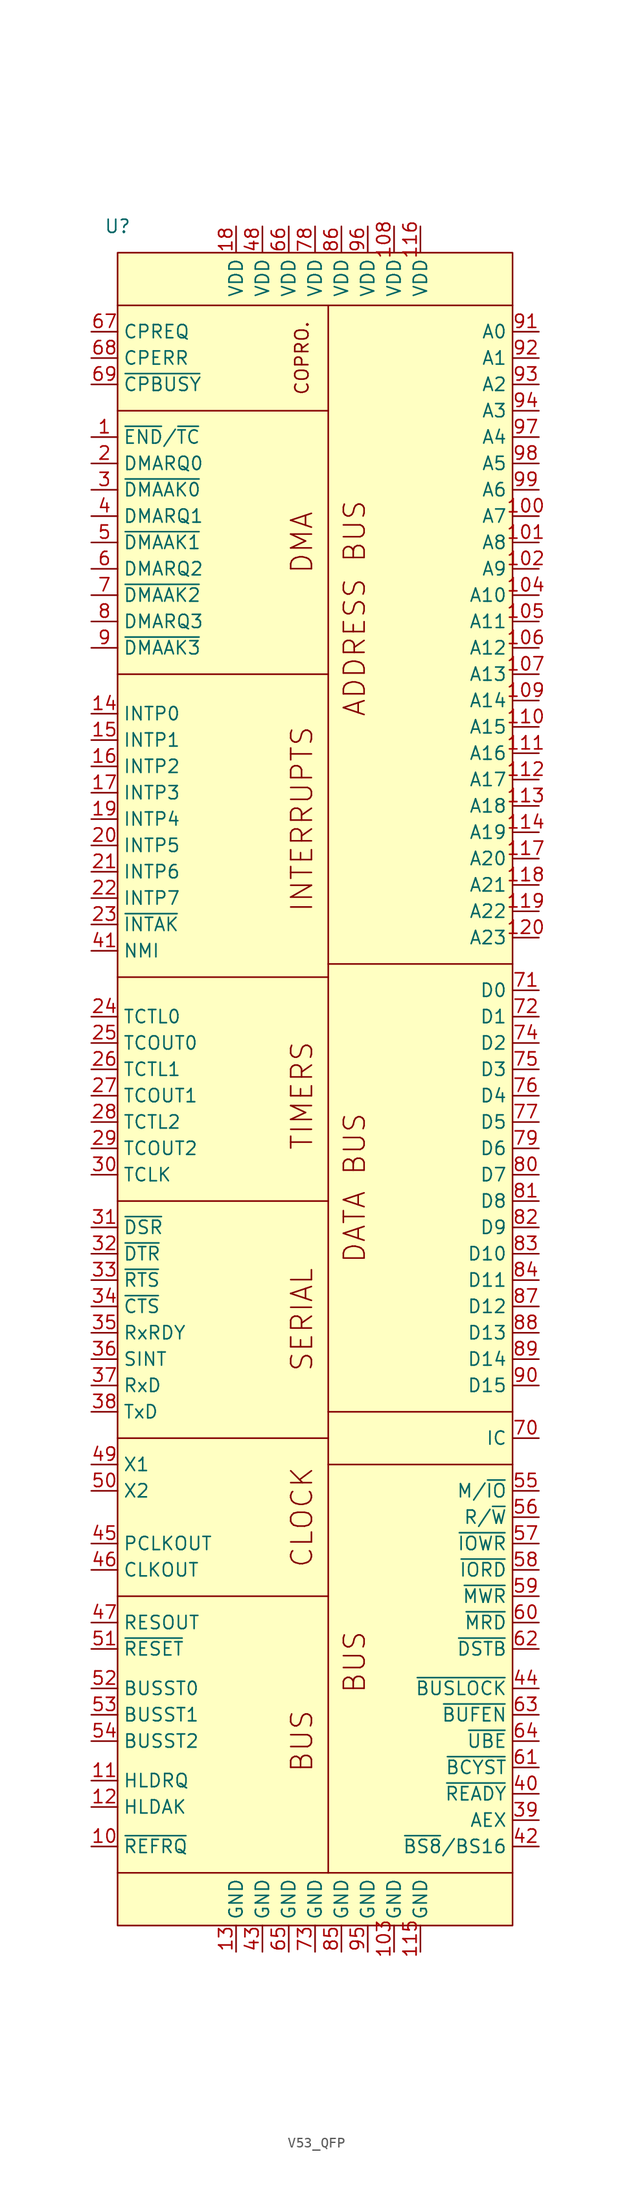
<source format=kicad_sym>
(kicad_symbol_lib
  (version 20220914)
  (generator kicad_symbol_editor)
  (symbol "V53_QFP"
    (property "Reference" "U"
      (at 0 163.83 0)
      (effects (font (size 1.27 1.27))))
    (property "Value" ""
      (at 0 66.04 0)
      (effects (font (size 1.27 1.27))))
    (symbol "V53_QFP_1_1"
      (polyline (pts (xy 0 5.08) (xy 38.1 5.08)) (stroke (width 0) (type default)) (fill (type none)))
      (polyline (pts (xy 0 31.75) (xy 20.32 31.75)) (stroke (width 0) (type default)) (fill (type none)))
      (polyline (pts (xy 0 46.99) (xy 20.32 46.99)) (stroke (width 0) (type default)) (fill (type none)))
      (polyline (pts (xy 0 69.85) (xy 20.32 69.85)) (stroke (width 0) (type default)) (fill (type none)))
      (polyline (pts (xy 0 91.44) (xy 20.32 91.44)) (stroke (width 0) (type default)) (fill (type none)))
      (polyline (pts (xy 0 120.65) (xy 20.32 120.65)) (stroke (width 0) (type default)) (fill (type none)))
      (polyline (pts (xy 0 146.05) (xy 20.32 146.05)) (stroke (width 0) (type default)) (fill (type none)))
      (polyline (pts (xy 0 156.21) (xy 38.1 156.21)) (stroke (width 0) (type default)) (fill (type none)))
      (polyline (pts (xy 20.32 156.21) (xy 20.32 5.08)) (stroke (width 0) (type default)) (fill (type none)))
      (polyline (pts (xy 38.1 44.45) (xy 20.32 44.45)) (stroke (width 0) (type default)) (fill (type none)))
      (polyline (pts (xy 38.1 49.53) (xy 20.32 49.53)) (stroke (width 0) (type default)) (fill (type none)))
      (polyline (pts (xy 38.1 92.71) (xy 20.32 92.71)) (stroke (width 0) (type default)) (fill (type none)))
      (rectangle (start 0 161.29) (end 38.1 0) (stroke (width 0) (type default)) (fill (type background)))
      (text "ADDRESS BUS" (at 22.86 127 900) (effects (font (size 2 2))))
      (text "BUS" (at 17.78 17.78 900) (effects (font (size 2 2))))
      (text "BUS" (at 22.86 25.4 900) (effects (font (size 2 2))))
      (text "CLOCK" (at 17.78 39.37 900) (effects (font (size 2 2))))
      (text "COPRO." (at 17.78 151.13 900) (effects (font (size 1.27 1.27))))
      (text "DATA BUS" (at 22.86 71.12 900) (effects (font (size 2 2))))
      (text "DMA" (at 17.78 133.35 900) (effects (font (size 2 2))))
      (text "INTERRUPTS" (at 17.78 106.68 900) (effects (font (size 2 2))))
      (text "SERIAL" (at 17.78 58.42 900) (effects (font (size 2 2))))
      (text "TIMERS" (at 17.78 80.01 900) (effects (font (size 2 2))))
      (pin bidirectional line (at -2.54 143.51 0) (length 2.54) (name "~{END}/~{TC}" (effects (font (size 1.27 1.27)))) (number "1" (effects (font (size 1.27 1.27)))))
      (pin output line (at -2.54 7.62 0) (length 2.54) (name "~{REFRQ}" (effects (font (size 1.27 1.27)))) (number "10" (effects (font (size 1.27 1.27)))))
      (pin output line (at 40.64 135.89 180) (length 2.54) (name "A7" (effects (font (size 1.27 1.27)))) (number "100" (effects (font (size 1.27 1.27)))))
      (pin output line (at 40.64 133.35 180) (length 2.54) (name "A8" (effects (font (size 1.27 1.27)))) (number "101" (effects (font (size 1.27 1.27)))))
      (pin output line (at 40.64 130.81 180) (length 2.54) (name "A9" (effects (font (size 1.27 1.27)))) (number "102" (effects (font (size 1.27 1.27)))))
      (pin power_in line (at 26.67 -2.54 90) (length 2.54) (name "GND" (effects (font (size 1.27 1.27)))) (number "103" (effects (font (size 1.27 1.27)))))
      (pin output line (at 40.64 128.27 180) (length 2.54) (name "A10" (effects (font (size 1.27 1.27)))) (number "104" (effects (font (size 1.27 1.27)))))
      (pin output line (at 40.64 125.73 180) (length 2.54) (name "A11" (effects (font (size 1.27 1.27)))) (number "105" (effects (font (size 1.27 1.27)))))
      (pin output line (at 40.64 123.19 180) (length 2.54) (name "A12" (effects (font (size 1.27 1.27)))) (number "106" (effects (font (size 1.27 1.27)))))
      (pin output line (at 40.64 120.65 180) (length 2.54) (name "A13" (effects (font (size 1.27 1.27)))) (number "107" (effects (font (size 1.27 1.27)))))
      (pin power_in line (at 26.67 163.83 270) (length 2.54) (name "VDD" (effects (font (size 1.27 1.27)))) (number "108" (effects (font (size 1.27 1.27)))))
      (pin output line (at 40.64 118.11 180) (length 2.54) (name "A14" (effects (font (size 1.27 1.27)))) (number "109" (effects (font (size 1.27 1.27)))))
      (pin input line (at -2.54 13.97 0) (length 2.54) (name "HLDRQ" (effects (font (size 1.27 1.27)))) (number "11" (effects (font (size 1.27 1.27)))))
      (pin output line (at 40.64 115.57 180) (length 2.54) (name "A15" (effects (font (size 1.27 1.27)))) (number "110" (effects (font (size 1.27 1.27)))))
      (pin output line (at 40.64 113.03 180) (length 2.54) (name "A16" (effects (font (size 1.27 1.27)))) (number "111" (effects (font (size 1.27 1.27)))))
      (pin output line (at 40.64 110.49 180) (length 2.54) (name "A17" (effects (font (size 1.27 1.27)))) (number "112" (effects (font (size 1.27 1.27)))))
      (pin output line (at 40.64 107.95 180) (length 2.54) (name "A18" (effects (font (size 1.27 1.27)))) (number "113" (effects (font (size 1.27 1.27)))))
      (pin output line (at 40.64 105.41 180) (length 2.54) (name "A19" (effects (font (size 1.27 1.27)))) (number "114" (effects (font (size 1.27 1.27)))))
      (pin power_in line (at 29.21 -2.54 90) (length 2.54) (name "GND" (effects (font (size 1.27 1.27)))) (number "115" (effects (font (size 1.27 1.27)))))
      (pin power_in line (at 29.21 163.83 270) (length 2.54) (name "VDD" (effects (font (size 1.27 1.27)))) (number "116" (effects (font (size 1.27 1.27)))))
      (pin output line (at 40.64 102.87 180) (length 2.54) (name "A20" (effects (font (size 1.27 1.27)))) (number "117" (effects (font (size 1.27 1.27)))))
      (pin output line (at 40.64 100.33 180) (length 2.54) (name "A21" (effects (font (size 1.27 1.27)))) (number "118" (effects (font (size 1.27 1.27)))))
      (pin output line (at 40.64 97.79 180) (length 2.54) (name "A22" (effects (font (size 1.27 1.27)))) (number "119" (effects (font (size 1.27 1.27)))))
      (pin output line (at -2.54 11.43 0) (length 2.54) (name "HLDAK" (effects (font (size 1.27 1.27)))) (number "12" (effects (font (size 1.27 1.27)))))
      (pin output line (at 40.64 95.25 180) (length 2.54) (name "A23" (effects (font (size 1.27 1.27)))) (number "120" (effects (font (size 1.27 1.27)))))
      (pin power_in line (at 11.43 -2.54 90) (length 2.54) (name "GND" (effects (font (size 1.27 1.27)))) (number "13" (effects (font (size 1.27 1.27)))))
      (pin input line (at -2.54 116.84 0) (length 2.54) (name "INTP0" (effects (font (size 1.27 1.27)))) (number "14" (effects (font (size 1.27 1.27)))))
      (pin input line (at -2.54 114.3 0) (length 2.54) (name "INTP1" (effects (font (size 1.27 1.27)))) (number "15" (effects (font (size 1.27 1.27)))))
      (pin input line (at -2.54 111.76 0) (length 2.54) (name "INTP2" (effects (font (size 1.27 1.27)))) (number "16" (effects (font (size 1.27 1.27)))))
      (pin input line (at -2.54 109.22 0) (length 2.54) (name "INTP3" (effects (font (size 1.27 1.27)))) (number "17" (effects (font (size 1.27 1.27)))))
      (pin power_in line (at 11.43 163.83 270) (length 2.54) (name "VDD" (effects (font (size 1.27 1.27)))) (number "18" (effects (font (size 1.27 1.27)))))
      (pin input line (at -2.54 106.68 0) (length 2.54) (name "INTP4" (effects (font (size 1.27 1.27)))) (number "19" (effects (font (size 1.27 1.27)))))
      (pin input line (at -2.54 140.97 0) (length 2.54) (name "DMARQ0" (effects (font (size 1.27 1.27)))) (number "2" (effects (font (size 1.27 1.27)))))
      (pin input line (at -2.54 104.14 0) (length 2.54) (name "INTP5" (effects (font (size 1.27 1.27)))) (number "20" (effects (font (size 1.27 1.27)))))
      (pin input line (at -2.54 101.6 0) (length 2.54) (name "INTP6" (effects (font (size 1.27 1.27)))) (number "21" (effects (font (size 1.27 1.27)))))
      (pin input line (at -2.54 99.06 0) (length 2.54) (name "INTP7" (effects (font (size 1.27 1.27)))) (number "22" (effects (font (size 1.27 1.27)))))
      (pin output line (at -2.54 96.52 0) (length 2.54) (name "~{INTAK}" (effects (font (size 1.27 1.27)))) (number "23" (effects (font (size 1.27 1.27)))))
      (pin input line (at -2.54 87.63 0) (length 2.54) (name "TCTL0" (effects (font (size 1.27 1.27)))) (number "24" (effects (font (size 1.27 1.27)))))
      (pin output line (at -2.54 85.09 0) (length 2.54) (name "TCOUT0" (effects (font (size 1.27 1.27)))) (number "25" (effects (font (size 1.27 1.27)))))
      (pin input line (at -2.54 82.55 0) (length 2.54) (name "TCTL1" (effects (font (size 1.27 1.27)))) (number "26" (effects (font (size 1.27 1.27)))))
      (pin output line (at -2.54 80.01 0) (length 2.54) (name "TCOUT1" (effects (font (size 1.27 1.27)))) (number "27" (effects (font (size 1.27 1.27)))))
      (pin input line (at -2.54 77.47 0) (length 2.54) (name "TCTL2" (effects (font (size 1.27 1.27)))) (number "28" (effects (font (size 1.27 1.27)))))
      (pin output line (at -2.54 74.93 0) (length 2.54) (name "TCOUT2" (effects (font (size 1.27 1.27)))) (number "29" (effects (font (size 1.27 1.27)))))
      (pin output line (at -2.54 138.43 0) (length 2.54) (name "~{DMAAK0}" (effects (font (size 1.27 1.27)))) (number "3" (effects (font (size 1.27 1.27)))))
      (pin input line (at -2.54 72.39 0) (length 2.54) (name "TCLK" (effects (font (size 1.27 1.27)))) (number "30" (effects (font (size 1.27 1.27)))))
      (pin input line (at -2.54 67.31 0) (length 2.54) (name "~{DSR}" (effects (font (size 1.27 1.27)))) (number "31" (effects (font (size 1.27 1.27)))))
      (pin output line (at -2.54 64.77 0) (length 2.54) (name "~{DTR}" (effects (font (size 1.27 1.27)))) (number "32" (effects (font (size 1.27 1.27)))))
      (pin output line (at -2.54 62.23 0) (length 2.54) (name "~{RTS}" (effects (font (size 1.27 1.27)))) (number "33" (effects (font (size 1.27 1.27)))))
      (pin output line (at -2.54 59.69 0) (length 2.54) (name "~{CTS}" (effects (font (size 1.27 1.27)))) (number "34" (effects (font (size 1.27 1.27)))))
      (pin output line (at -2.54 57.15 0) (length 2.54) (name "RxRDY" (effects (font (size 1.27 1.27)))) (number "35" (effects (font (size 1.27 1.27)))))
      (pin output line (at -2.54 54.61 0) (length 2.54) (name "SINT" (effects (font (size 1.27 1.27)))) (number "36" (effects (font (size 1.27 1.27)))))
      (pin input line (at -2.54 52.07 0) (length 2.54) (name "RxD" (effects (font (size 1.27 1.27)))) (number "37" (effects (font (size 1.27 1.27)))))
      (pin output line (at -2.54 49.53 0) (length 2.54) (name "TxD" (effects (font (size 1.27 1.27)))) (number "38" (effects (font (size 1.27 1.27)))))
      (pin output line (at 40.64 10.16 180) (length 2.54) (name "AEX" (effects (font (size 1.27 1.27)))) (number "39" (effects (font (size 1.27 1.27)))))
      (pin input line (at -2.54 135.89 0) (length 2.54) (name "DMARQ1" (effects (font (size 1.27 1.27)))) (number "4" (effects (font (size 1.27 1.27)))))
      (pin input line (at 40.64 12.7 180) (length 2.54) (name "~{READY}" (effects (font (size 1.27 1.27)))) (number "40" (effects (font (size 1.27 1.27)))))
      (pin input line (at -2.54 93.98 0) (length 2.54) (name "NMI" (effects (font (size 1.27 1.27)))) (number "41" (effects (font (size 1.27 1.27)))))
      (pin input line (at 40.64 7.62 180) (length 2.54) (name "~{BS8}/BS16" (effects (font (size 1.27 1.27)))) (number "42" (effects (font (size 1.27 1.27)))))
      (pin power_in line (at 13.97 -2.54 90) (length 2.54) (name "GND" (effects (font (size 1.27 1.27)))) (number "43" (effects (font (size 1.27 1.27)))))
      (pin output line (at 40.64 22.86 180) (length 2.54) (name "~{BUSLOCK}" (effects (font (size 1.27 1.27)))) (number "44" (effects (font (size 1.27 1.27)))))
      (pin output line (at -2.54 36.83 0) (length 2.54) (name "PCLKOUT" (effects (font (size 1.27 1.27)))) (number "45" (effects (font (size 1.27 1.27)))))
      (pin output line (at -2.54 34.29 0) (length 2.54) (name "CLKOUT" (effects (font (size 1.27 1.27)))) (number "46" (effects (font (size 1.27 1.27)))))
      (pin output line (at -2.54 29.21 0) (length 2.54) (name "RESOUT" (effects (font (size 1.27 1.27)))) (number "47" (effects (font (size 1.27 1.27)))))
      (pin power_in line (at 13.97 163.83 270) (length 2.54) (name "VDD" (effects (font (size 1.27 1.27)))) (number "48" (effects (font (size 1.27 1.27)))))
      (pin unspecified line (at -2.54 44.45 0) (length 2.54) (name "X1" (effects (font (size 1.27 1.27)))) (number "49" (effects (font (size 1.27 1.27)))))
      (pin output line (at -2.54 133.35 0) (length 2.54) (name "~{DMAAK1}" (effects (font (size 1.27 1.27)))) (number "5" (effects (font (size 1.27 1.27)))))
      (pin unspecified line (at -2.54 41.91 0) (length 2.54) (name "X2" (effects (font (size 1.27 1.27)))) (number "50" (effects (font (size 1.27 1.27)))))
      (pin input line (at -2.54 26.67 0) (length 2.54) (name "~{RESET}" (effects (font (size 1.27 1.27)))) (number "51" (effects (font (size 1.27 1.27)))))
      (pin output line (at -2.54 22.86 0) (length 2.54) (name "BUSST0" (effects (font (size 1.27 1.27)))) (number "52" (effects (font (size 1.27 1.27)))))
      (pin output line (at -2.54 20.32 0) (length 2.54) (name "BUSST1" (effects (font (size 1.27 1.27)))) (number "53" (effects (font (size 1.27 1.27)))))
      (pin output line (at -2.54 17.78 0) (length 2.54) (name "BUSST2" (effects (font (size 1.27 1.27)))) (number "54" (effects (font (size 1.27 1.27)))))
      (pin output line (at 40.64 41.91 180) (length 2.54) (name "M/~{IO}" (effects (font (size 1.27 1.27)))) (number "55" (effects (font (size 1.27 1.27)))))
      (pin output line (at 40.64 39.37 180) (length 2.54) (name "R/~{W}" (effects (font (size 1.27 1.27)))) (number "56" (effects (font (size 1.27 1.27)))))
      (pin output line (at 40.64 36.83 180) (length 2.54) (name "~{IOWR}" (effects (font (size 1.27 1.27)))) (number "57" (effects (font (size 1.27 1.27)))))
      (pin output line (at 40.64 34.29 180) (length 2.54) (name "~{IORD}" (effects (font (size 1.27 1.27)))) (number "58" (effects (font (size 1.27 1.27)))))
      (pin output line (at 40.64 31.75 180) (length 2.54) (name "~{MWR}" (effects (font (size 1.27 1.27)))) (number "59" (effects (font (size 1.27 1.27)))))
      (pin input line (at -2.54 130.81 0) (length 2.54) (name "DMARQ2" (effects (font (size 1.27 1.27)))) (number "6" (effects (font (size 1.27 1.27)))))
      (pin output line (at 40.64 29.21 180) (length 2.54) (name "~{MRD}" (effects (font (size 1.27 1.27)))) (number "60" (effects (font (size 1.27 1.27)))))
      (pin output line (at 40.64 15.24 180) (length 2.54) (name "~{BCYST}" (effects (font (size 1.27 1.27)))) (number "61" (effects (font (size 1.27 1.27)))))
      (pin output line (at 40.64 26.67 180) (length 2.54) (name "~{DSTB}" (effects (font (size 1.27 1.27)))) (number "62" (effects (font (size 1.27 1.27)))))
      (pin output line (at 40.64 20.32 180) (length 2.54) (name "~{BUFEN}" (effects (font (size 1.27 1.27)))) (number "63" (effects (font (size 1.27 1.27)))))
      (pin output line (at 40.64 17.78 180) (length 2.54) (name "~{UBE}" (effects (font (size 1.27 1.27)))) (number "64" (effects (font (size 1.27 1.27)))))
      (pin power_in line (at 16.51 -2.54 90) (length 2.54) (name "GND" (effects (font (size 1.27 1.27)))) (number "65" (effects (font (size 1.27 1.27)))))
      (pin power_in line (at 16.51 163.83 270) (length 2.54) (name "VDD" (effects (font (size 1.27 1.27)))) (number "66" (effects (font (size 1.27 1.27)))))
      (pin input line (at -2.54 153.67 0) (length 2.54) (name "CPREQ" (effects (font (size 1.27 1.27)))) (number "67" (effects (font (size 1.27 1.27)))))
      (pin input line (at -2.54 151.13 0) (length 2.54) (name "CPERR" (effects (font (size 1.27 1.27)))) (number "68" (effects (font (size 1.27 1.27)))))
      (pin input line (at -2.54 148.59 0) (length 2.54) (name "~{CPBUSY}" (effects (font (size 1.27 1.27)))) (number "69" (effects (font (size 1.27 1.27)))))
      (pin output line (at -2.54 128.27 0) (length 2.54) (name "~{DMAAK2}" (effects (font (size 1.27 1.27)))) (number "7" (effects (font (size 1.27 1.27)))))
      (pin unspecified line (at 40.64 46.99 180) (length 2.54) (name "IC" (effects (font (size 1.27 1.27)))) (number "70" (effects (font (size 1.27 1.27)))))
      (pin bidirectional line (at 40.64 90.17 180) (length 2.54) (name "D0" (effects (font (size 1.27 1.27)))) (number "71" (effects (font (size 1.27 1.27)))))
      (pin bidirectional line (at 40.64 87.63 180) (length 2.54) (name "D1" (effects (font (size 1.27 1.27)))) (number "72" (effects (font (size 1.27 1.27)))))
      (pin power_in line (at 19.05 -2.54 90) (length 2.54) (name "GND" (effects (font (size 1.27 1.27)))) (number "73" (effects (font (size 1.27 1.27)))))
      (pin bidirectional line (at 40.64 85.09 180) (length 2.54) (name "D2" (effects (font (size 1.27 1.27)))) (number "74" (effects (font (size 1.27 1.27)))))
      (pin bidirectional line (at 40.64 82.55 180) (length 2.54) (name "D3" (effects (font (size 1.27 1.27)))) (number "75" (effects (font (size 1.27 1.27)))))
      (pin bidirectional line (at 40.64 80.01 180) (length 2.54) (name "D4" (effects (font (size 1.27 1.27)))) (number "76" (effects (font (size 1.27 1.27)))))
      (pin bidirectional line (at 40.64 77.47 180) (length 2.54) (name "D5" (effects (font (size 1.27 1.27)))) (number "77" (effects (font (size 1.27 1.27)))))
      (pin power_in line (at 19.05 163.83 270) (length 2.54) (name "VDD" (effects (font (size 1.27 1.27)))) (number "78" (effects (font (size 1.27 1.27)))))
      (pin bidirectional line (at 40.64 74.93 180) (length 2.54) (name "D6" (effects (font (size 1.27 1.27)))) (number "79" (effects (font (size 1.27 1.27)))))
      (pin input line (at -2.54 125.73 0) (length 2.54) (name "DMARQ3" (effects (font (size 1.27 1.27)))) (number "8" (effects (font (size 1.27 1.27)))))
      (pin bidirectional line (at 40.64 72.39 180) (length 2.54) (name "D7" (effects (font (size 1.27 1.27)))) (number "80" (effects (font (size 1.27 1.27)))))
      (pin bidirectional line (at 40.64 69.85 180) (length 2.54) (name "D8" (effects (font (size 1.27 1.27)))) (number "81" (effects (font (size 1.27 1.27)))))
      (pin bidirectional line (at 40.64 67.31 180) (length 2.54) (name "D9" (effects (font (size 1.27 1.27)))) (number "82" (effects (font (size 1.27 1.27)))))
      (pin bidirectional line (at 40.64 64.77 180) (length 2.54) (name "D10" (effects (font (size 1.27 1.27)))) (number "83" (effects (font (size 1.27 1.27)))))
      (pin bidirectional line (at 40.64 62.23 180) (length 2.54) (name "D11" (effects (font (size 1.27 1.27)))) (number "84" (effects (font (size 1.27 1.27)))))
      (pin power_in line (at 21.59 -2.54 90) (length 2.54) (name "GND" (effects (font (size 1.27 1.27)))) (number "85" (effects (font (size 1.27 1.27)))))
      (pin power_in line (at 21.59 163.83 270) (length 2.54) (name "VDD" (effects (font (size 1.27 1.27)))) (number "86" (effects (font (size 1.27 1.27)))))
      (pin bidirectional line (at 40.64 59.69 180) (length 2.54) (name "D12" (effects (font (size 1.27 1.27)))) (number "87" (effects (font (size 1.27 1.27)))))
      (pin bidirectional line (at 40.64 57.15 180) (length 2.54) (name "D13" (effects (font (size 1.27 1.27)))) (number "88" (effects (font (size 1.27 1.27)))))
      (pin bidirectional line (at 40.64 54.61 180) (length 2.54) (name "D14" (effects (font (size 1.27 1.27)))) (number "89" (effects (font (size 1.27 1.27)))))
      (pin output line (at -2.54 123.19 0) (length 2.54) (name "~{DMAAK3}" (effects (font (size 1.27 1.27)))) (number "9" (effects (font (size 1.27 1.27)))))
      (pin bidirectional line (at 40.64 52.07 180) (length 2.54) (name "D15" (effects (font (size 1.27 1.27)))) (number "90" (effects (font (size 1.27 1.27)))))
      (pin output line (at 40.64 153.67 180) (length 2.54) (name "A0" (effects (font (size 1.27 1.27)))) (number "91" (effects (font (size 1.27 1.27)))))
      (pin output line (at 40.64 151.13 180) (length 2.54) (name "A1" (effects (font (size 1.27 1.27)))) (number "92" (effects (font (size 1.27 1.27)))))
      (pin output line (at 40.64 148.59 180) (length 2.54) (name "A2" (effects (font (size 1.27 1.27)))) (number "93" (effects (font (size 1.27 1.27)))))
      (pin output line (at 40.64 146.05 180) (length 2.54) (name "A3" (effects (font (size 1.27 1.27)))) (number "94" (effects (font (size 1.27 1.27)))))
      (pin power_in line (at 24.13 -2.54 90) (length 2.54) (name "GND" (effects (font (size 1.27 1.27)))) (number "95" (effects (font (size 1.27 1.27)))))
      (pin power_in line (at 24.13 163.83 270) (length 2.54) (name "VDD" (effects (font (size 1.27 1.27)))) (number "96" (effects (font (size 1.27 1.27)))))
      (pin output line (at 40.64 143.51 180) (length 2.54) (name "A4" (effects (font (size 1.27 1.27)))) (number "97" (effects (font (size 1.27 1.27)))))
      (pin output line (at 40.64 140.97 180) (length 2.54) (name "A5" (effects (font (size 1.27 1.27)))) (number "98" (effects (font (size 1.27 1.27)))))
      (pin output line (at 40.64 138.43 180) (length 2.54) (name "A6" (effects (font (size 1.27 1.27)))) (number "99" (effects (font (size 1.27 1.27))))))))
</source>
